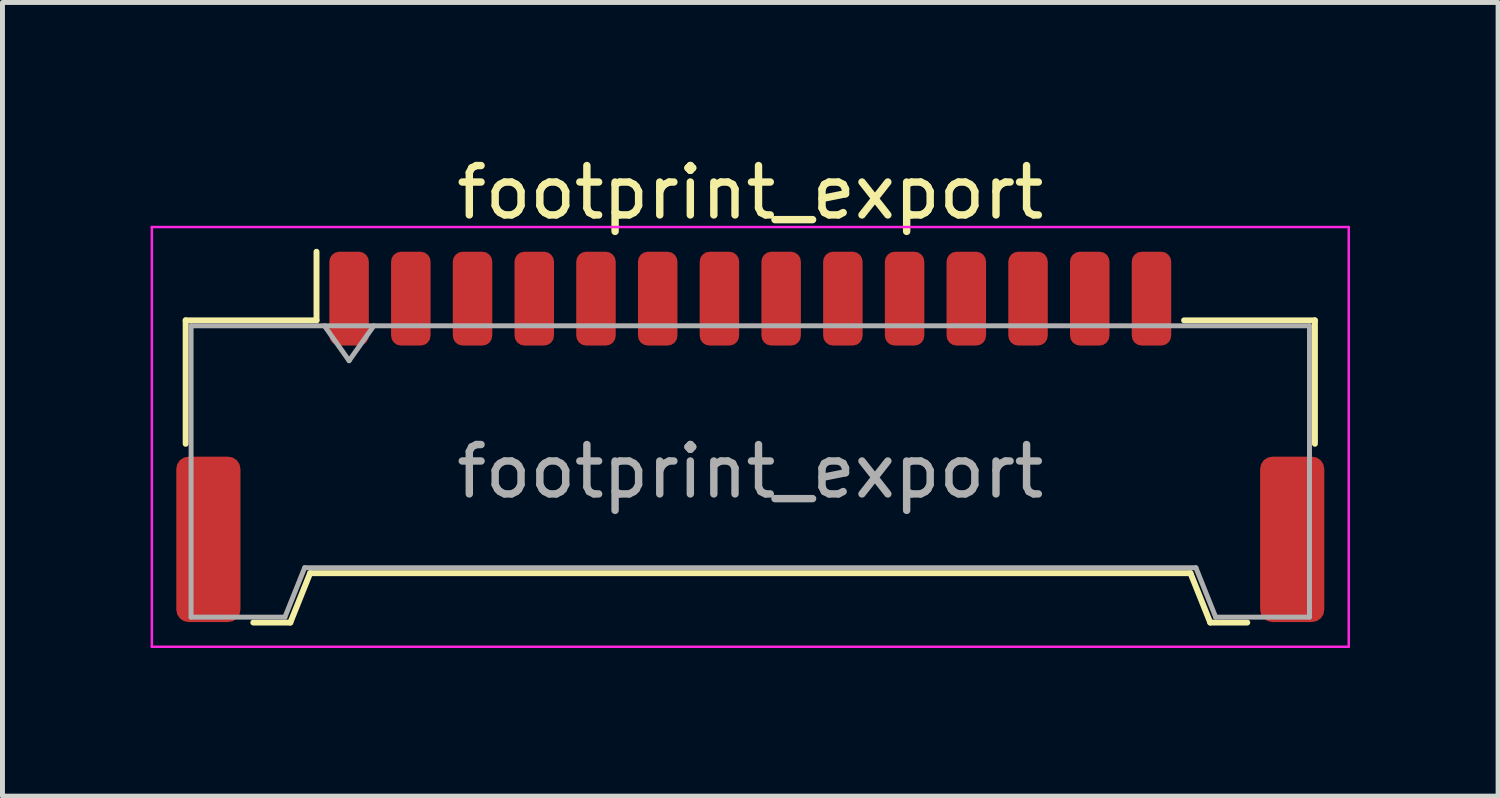
<source format=kicad_pcb>
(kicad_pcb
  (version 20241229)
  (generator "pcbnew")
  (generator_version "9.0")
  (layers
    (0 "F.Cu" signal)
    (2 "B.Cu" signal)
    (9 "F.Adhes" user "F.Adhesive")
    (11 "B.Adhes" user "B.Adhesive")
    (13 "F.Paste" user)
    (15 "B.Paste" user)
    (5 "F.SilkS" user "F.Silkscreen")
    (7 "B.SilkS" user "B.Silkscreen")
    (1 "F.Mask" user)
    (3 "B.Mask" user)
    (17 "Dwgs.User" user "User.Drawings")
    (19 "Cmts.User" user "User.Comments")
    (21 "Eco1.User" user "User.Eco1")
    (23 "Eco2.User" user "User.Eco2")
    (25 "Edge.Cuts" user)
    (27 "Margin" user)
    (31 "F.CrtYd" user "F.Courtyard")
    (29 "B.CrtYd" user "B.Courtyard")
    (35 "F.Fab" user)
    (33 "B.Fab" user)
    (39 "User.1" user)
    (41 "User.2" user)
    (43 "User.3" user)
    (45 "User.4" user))
  (footprint "footprint_export"
    (layer "F.Cu")
    (at 12.145 5.798)
    (property "Reference" "footprint_export" (at 0 -4.95 0) (layer "F.SilkS") (effects (font (size 1 1) (thickness 0.15))))
    (attr smd)
    (fp_line (start -11.435 -2.36) (end -8.785 -2.36) (stroke (width 0.12) (type solid)) (layer "F.SilkS"))
    (fp_line (start -11.435 0.14) (end -11.435 -2.36) (stroke (width 0.12) (type solid)) (layer "F.SilkS"))
    (fp_line (start -10.065 3.76) (end -9.315 3.76) (stroke (width 0.12) (type solid)) (layer "F.SilkS"))
    (fp_line (start -9.315 3.76) (end -8.915 2.76) (stroke (width 0.12) (type solid)) (layer "F.SilkS"))
    (fp_line (start -8.915 2.76) (end 8.915 2.76) (stroke (width 0.12) (type solid)) (layer "F.SilkS"))
    (fp_line (start -8.785 -2.36) (end -8.785 -3.75) (stroke (width 0.12) (type solid)) (layer "F.SilkS"))
    (fp_line (start 8.915 2.76) (end 9.315 3.76) (stroke (width 0.12) (type solid)) (layer "F.SilkS"))
    (fp_line (start 9.315 3.76) (end 10.065 3.76) (stroke (width 0.12) (type solid)) (layer "F.SilkS"))
    (fp_line (start 11.435 -2.36) (end 8.785 -2.36) (stroke (width 0.12) (type solid)) (layer "F.SilkS"))
    (fp_line (start 11.435 0.14) (end 11.435 -2.36) (stroke (width 0.12) (type solid)) (layer "F.SilkS"))
    (fp_line (start -12.12 -4.25) (end -12.12 4.25) (stroke (width 0.05) (type solid)) (layer "F.CrtYd"))
    (fp_line (start -12.12 4.25) (end 12.12 4.25) (stroke (width 0.05) (type solid)) (layer "F.CrtYd"))
    (fp_line (start 12.12 -4.25) (end -12.12 -4.25) (stroke (width 0.05) (type solid)) (layer "F.CrtYd"))
    (fp_line (start 12.12 4.25) (end 12.12 -4.25) (stroke (width 0.05) (type solid)) (layer "F.CrtYd"))
    (fp_line (start -11.325 -2.25) (end -11.325 3.65) (stroke (width 0.1) (type solid)) (layer "F.Fab"))
    (fp_line (start -11.325 -2.25) (end 11.325 -2.25) (stroke (width 0.1) (type solid)) (layer "F.Fab"))
    (fp_line (start -11.325 3.65) (end -9.425 3.65) (stroke (width 0.1) (type solid)) (layer "F.Fab"))
    (fp_line (start -9.425 3.65) (end -9.025 2.65) (stroke (width 0.1) (type solid)) (layer "F.Fab"))
    (fp_line (start -9.025 2.65) (end 9.025 2.65) (stroke (width 0.1) (type solid)) (layer "F.Fab"))
    (fp_line (start -8.625 -2.25) (end -8.125 -1.543) (stroke (width 0.1) (type solid)) (layer "F.Fab"))
    (fp_line (start -8.125 -1.543) (end -7.625 -2.25) (stroke (width 0.1) (type solid)) (layer "F.Fab"))
    (fp_line (start 9.025 2.65) (end 9.425 3.65) (stroke (width 0.1) (type solid)) (layer "F.Fab"))
    (fp_line (start 9.425 3.65) (end 11.325 3.65) (stroke (width 0.1) (type solid)) (layer "F.Fab"))
    (fp_line (start 11.325 -2.25) (end 11.325 3.65) (stroke (width 0.1) (type solid)) (layer "F.Fab"))
    (fp_text user "${REFERENCE}" (at 0 0.7 0) (layer "F.Fab") (effects (font (size 1 1) (thickness 0.15))))
    (pad "1" smd roundrect (at -8.125 -2.8) (size 0.8 1.9) (layers "F.Cu" "F.Mask" "F.Paste") (roundrect_rratio 0.25))
    (pad "2" smd roundrect (at -6.875 -2.8) (size 0.8 1.9) (layers "F.Cu" "F.Mask" "F.Paste") (roundrect_rratio 0.25))
    (pad "3" smd roundrect (at -5.625 -2.8) (size 0.8 1.9) (layers "F.Cu" "F.Mask" "F.Paste") (roundrect_rratio 0.25))
    (pad "4" smd roundrect (at -4.375 -2.8) (size 0.8 1.9) (layers "F.Cu" "F.Mask" "F.Paste") (roundrect_rratio 0.25))
    (pad "5" smd roundrect (at -3.125 -2.8) (size 0.8 1.9) (layers "F.Cu" "F.Mask" "F.Paste") (roundrect_rratio 0.25))
    (pad "6" smd roundrect (at -1.875 -2.8) (size 0.8 1.9) (layers "F.Cu" "F.Mask" "F.Paste") (roundrect_rratio 0.25))
    (pad "7" smd roundrect (at -0.625 -2.8) (size 0.8 1.9) (layers "F.Cu" "F.Mask" "F.Paste") (roundrect_rratio 0.25))
    (pad "8" smd roundrect (at 0.625 -2.8) (size 0.8 1.9) (layers "F.Cu" "F.Mask" "F.Paste") (roundrect_rratio 0.25))
    (pad "9" smd roundrect (at 1.875 -2.8) (size 0.8 1.9) (layers "F.Cu" "F.Mask" "F.Paste") (roundrect_rratio 0.25))
    (pad "10" smd roundrect (at 3.125 -2.8) (size 0.8 1.9) (layers "F.Cu" "F.Mask" "F.Paste") (roundrect_rratio 0.25))
    (pad "11" smd roundrect (at 4.375 -2.8) (size 0.8 1.9) (layers "F.Cu" "F.Mask" "F.Paste") (roundrect_rratio 0.25))
    (pad "12" smd roundrect (at 5.625 -2.8) (size 0.8 1.9) (layers "F.Cu" "F.Mask" "F.Paste") (roundrect_rratio 0.25))
    (pad "13" smd roundrect (at 6.875 -2.8) (size 0.8 1.9) (layers "F.Cu" "F.Mask" "F.Paste") (roundrect_rratio 0.25))
    (pad "14" smd roundrect (at 8.125 -2.8) (size 0.8 1.9) (layers "F.Cu" "F.Mask" "F.Paste") (roundrect_rratio 0.25))
    (pad "MP" smd roundrect (at -10.975 2.075) (size 1.3 3.35) (layers "F.Cu" "F.Mask" "F.Paste") (roundrect_rratio 0.192))
    (pad "MP" smd roundrect (at 10.975 2.075) (size 1.3 3.35) (layers "F.Cu" "F.Mask" "F.Paste") (roundrect_rratio 0.192)))
  (gr_rect
    (start -3 -3)
    (end 27.29 13.073)
    (stroke (width 0.1) (type default))
    (fill no)
    (layer "Edge.Cuts")))
</source>
